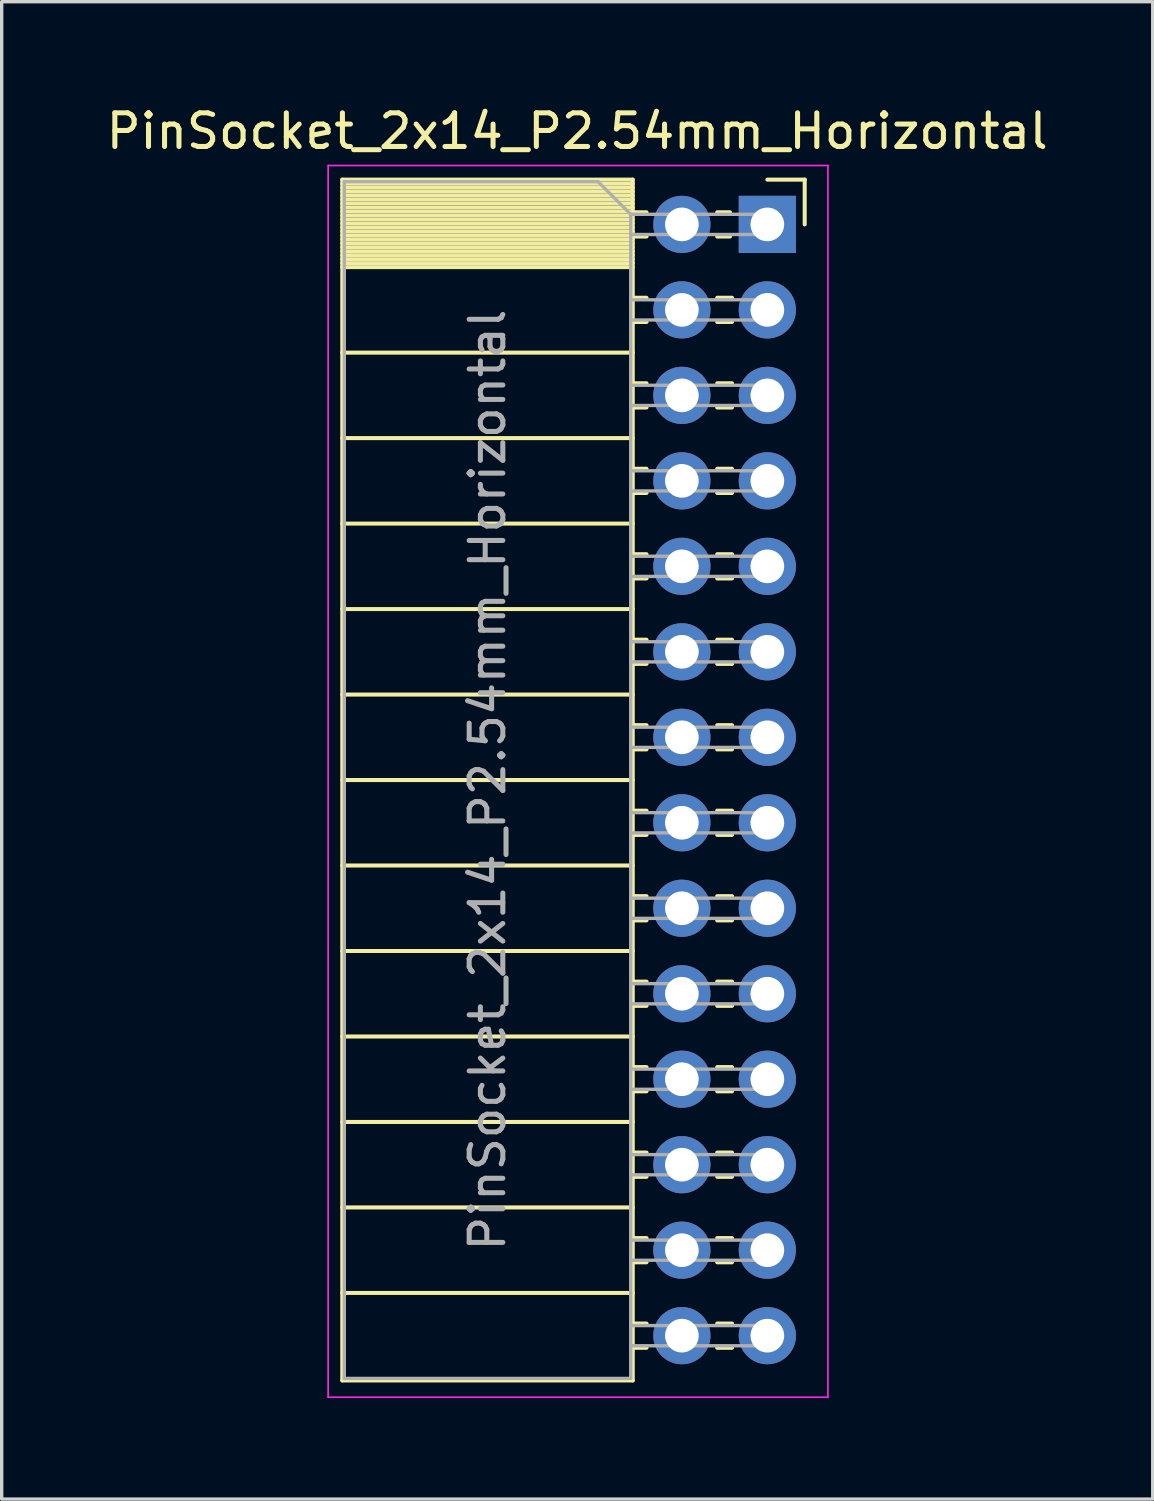
<source format=kicad_pcb>
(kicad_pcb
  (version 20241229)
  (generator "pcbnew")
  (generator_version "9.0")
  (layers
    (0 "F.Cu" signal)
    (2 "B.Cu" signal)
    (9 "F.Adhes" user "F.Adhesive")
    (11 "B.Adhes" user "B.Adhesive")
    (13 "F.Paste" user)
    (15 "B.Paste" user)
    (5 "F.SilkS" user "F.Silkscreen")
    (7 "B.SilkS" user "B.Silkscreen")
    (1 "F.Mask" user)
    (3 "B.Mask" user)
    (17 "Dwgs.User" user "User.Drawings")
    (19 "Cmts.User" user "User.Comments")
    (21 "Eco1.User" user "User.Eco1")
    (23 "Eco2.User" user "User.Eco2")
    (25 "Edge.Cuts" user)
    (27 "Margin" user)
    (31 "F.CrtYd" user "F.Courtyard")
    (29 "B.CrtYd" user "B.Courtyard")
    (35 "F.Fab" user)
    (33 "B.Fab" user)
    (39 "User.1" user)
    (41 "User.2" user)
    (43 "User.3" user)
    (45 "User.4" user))
  (footprint "PinSocket_2x14_P2.54mm_Horizontal"
    (layer "F.Cu")
    (at 19.751 3.618)
    (property "Reference" "PinSocket_2x14_P2.54mm_Horizontal" (at -5.65 -2.77 0) (layer "F.SilkS") (effects (font (size 1 1) (thickness 0.15))))
    (attr through_hole)
    (fp_line (start -12.63 -1.33) (end -12.63 34.35) (stroke (width 0.12) (type solid)) (layer "F.SilkS"))
    (fp_line (start -12.63 -1.33) (end -4 -1.33) (stroke (width 0.12) (type solid)) (layer "F.SilkS"))
    (fp_line (start -12.63 -1.21) (end -4 -1.21) (stroke (width 0.12) (type solid)) (layer "F.SilkS"))
    (fp_line (start -12.63 -1.092) (end -4 -1.092) (stroke (width 0.12) (type solid)) (layer "F.SilkS"))
    (fp_line (start -12.63 -0.974) (end -4 -0.974) (stroke (width 0.12) (type solid)) (layer "F.SilkS"))
    (fp_line (start -12.63 -0.856) (end -4 -0.856) (stroke (width 0.12) (type solid)) (layer "F.SilkS"))
    (fp_line (start -12.63 -0.738) (end -4 -0.738) (stroke (width 0.12) (type solid)) (layer "F.SilkS"))
    (fp_line (start -12.63 -0.62) (end -4 -0.62) (stroke (width 0.12) (type solid)) (layer "F.SilkS"))
    (fp_line (start -12.63 -0.501) (end -4 -0.501) (stroke (width 0.12) (type solid)) (layer "F.SilkS"))
    (fp_line (start -12.63 -0.383) (end -4 -0.383) (stroke (width 0.12) (type solid)) (layer "F.SilkS"))
    (fp_line (start -12.63 -0.265) (end -4 -0.265) (stroke (width 0.12) (type solid)) (layer "F.SilkS"))
    (fp_line (start -12.63 -0.147) (end -4 -0.147) (stroke (width 0.12) (type solid)) (layer "F.SilkS"))
    (fp_line (start -12.63 -0.029) (end -4 -0.029) (stroke (width 0.12) (type solid)) (layer "F.SilkS"))
    (fp_line (start -12.63 0.089) (end -4 0.089) (stroke (width 0.12) (type solid)) (layer "F.SilkS"))
    (fp_line (start -12.63 0.207) (end -4 0.207) (stroke (width 0.12) (type solid)) (layer "F.SilkS"))
    (fp_line (start -12.63 0.325) (end -4 0.325) (stroke (width 0.12) (type solid)) (layer "F.SilkS"))
    (fp_line (start -12.63 0.443) (end -4 0.443) (stroke (width 0.12) (type solid)) (layer "F.SilkS"))
    (fp_line (start -12.63 0.561) (end -4 0.561) (stroke (width 0.12) (type solid)) (layer "F.SilkS"))
    (fp_line (start -12.63 0.68) (end -4 0.68) (stroke (width 0.12) (type solid)) (layer "F.SilkS"))
    (fp_line (start -12.63 0.798) (end -4 0.798) (stroke (width 0.12) (type solid)) (layer "F.SilkS"))
    (fp_line (start -12.63 0.916) (end -4 0.916) (stroke (width 0.12) (type solid)) (layer "F.SilkS"))
    (fp_line (start -12.63 1.034) (end -4 1.034) (stroke (width 0.12) (type solid)) (layer "F.SilkS"))
    (fp_line (start -12.63 1.152) (end -4 1.152) (stroke (width 0.12) (type solid)) (layer "F.SilkS"))
    (fp_line (start -12.63 1.27) (end -4 1.27) (stroke (width 0.12) (type solid)) (layer "F.SilkS"))
    (fp_line (start -12.63 3.81) (end -4 3.81) (stroke (width 0.12) (type solid)) (layer "F.SilkS"))
    (fp_line (start -12.63 6.35) (end -4 6.35) (stroke (width 0.12) (type solid)) (layer "F.SilkS"))
    (fp_line (start -12.63 8.89) (end -4 8.89) (stroke (width 0.12) (type solid)) (layer "F.SilkS"))
    (fp_line (start -12.63 11.43) (end -4 11.43) (stroke (width 0.12) (type solid)) (layer "F.SilkS"))
    (fp_line (start -12.63 13.97) (end -4 13.97) (stroke (width 0.12) (type solid)) (layer "F.SilkS"))
    (fp_line (start -12.63 16.51) (end -4 16.51) (stroke (width 0.12) (type solid)) (layer "F.SilkS"))
    (fp_line (start -12.63 19.05) (end -4 19.05) (stroke (width 0.12) (type solid)) (layer "F.SilkS"))
    (fp_line (start -12.63 21.59) (end -4 21.59) (stroke (width 0.12) (type solid)) (layer "F.SilkS"))
    (fp_line (start -12.63 24.13) (end -4 24.13) (stroke (width 0.12) (type solid)) (layer "F.SilkS"))
    (fp_line (start -12.63 26.67) (end -4 26.67) (stroke (width 0.12) (type solid)) (layer "F.SilkS"))
    (fp_line (start -12.63 29.21) (end -4 29.21) (stroke (width 0.12) (type solid)) (layer "F.SilkS"))
    (fp_line (start -12.63 31.75) (end -4 31.75) (stroke (width 0.12) (type solid)) (layer "F.SilkS"))
    (fp_line (start -12.63 34.35) (end -4 34.35) (stroke (width 0.12) (type solid)) (layer "F.SilkS"))
    (fp_line (start -4 -1.33) (end -4 34.35) (stroke (width 0.12) (type solid)) (layer "F.SilkS"))
    (fp_line (start -4 -0.36) (end -3.59 -0.36) (stroke (width 0.12) (type solid)) (layer "F.SilkS"))
    (fp_line (start -4 0.36) (end -3.59 0.36) (stroke (width 0.12) (type solid)) (layer "F.SilkS"))
    (fp_line (start -4 2.18) (end -3.59 2.18) (stroke (width 0.12) (type solid)) (layer "F.SilkS"))
    (fp_line (start -4 2.9) (end -3.59 2.9) (stroke (width 0.12) (type solid)) (layer "F.SilkS"))
    (fp_line (start -4 4.72) (end -3.59 4.72) (stroke (width 0.12) (type solid)) (layer "F.SilkS"))
    (fp_line (start -4 5.44) (end -3.59 5.44) (stroke (width 0.12) (type solid)) (layer "F.SilkS"))
    (fp_line (start -4 7.26) (end -3.59 7.26) (stroke (width 0.12) (type solid)) (layer "F.SilkS"))
    (fp_line (start -4 7.98) (end -3.59 7.98) (stroke (width 0.12) (type solid)) (layer "F.SilkS"))
    (fp_line (start -4 9.8) (end -3.59 9.8) (stroke (width 0.12) (type solid)) (layer "F.SilkS"))
    (fp_line (start -4 10.52) (end -3.59 10.52) (stroke (width 0.12) (type solid)) (layer "F.SilkS"))
    (fp_line (start -4 12.34) (end -3.59 12.34) (stroke (width 0.12) (type solid)) (layer "F.SilkS"))
    (fp_line (start -4 13.06) (end -3.59 13.06) (stroke (width 0.12) (type solid)) (layer "F.SilkS"))
    (fp_line (start -4 14.88) (end -3.59 14.88) (stroke (width 0.12) (type solid)) (layer "F.SilkS"))
    (fp_line (start -4 15.6) (end -3.59 15.6) (stroke (width 0.12) (type solid)) (layer "F.SilkS"))
    (fp_line (start -4 17.42) (end -3.59 17.42) (stroke (width 0.12) (type solid)) (layer "F.SilkS"))
    (fp_line (start -4 18.14) (end -3.59 18.14) (stroke (width 0.12) (type solid)) (layer "F.SilkS"))
    (fp_line (start -4 19.96) (end -3.59 19.96) (stroke (width 0.12) (type solid)) (layer "F.SilkS"))
    (fp_line (start -4 20.68) (end -3.59 20.68) (stroke (width 0.12) (type solid)) (layer "F.SilkS"))
    (fp_line (start -4 22.5) (end -3.59 22.5) (stroke (width 0.12) (type solid)) (layer "F.SilkS"))
    (fp_line (start -4 23.22) (end -3.59 23.22) (stroke (width 0.12) (type solid)) (layer "F.SilkS"))
    (fp_line (start -4 25.04) (end -3.59 25.04) (stroke (width 0.12) (type solid)) (layer "F.SilkS"))
    (fp_line (start -4 25.76) (end -3.59 25.76) (stroke (width 0.12) (type solid)) (layer "F.SilkS"))
    (fp_line (start -4 27.58) (end -3.59 27.58) (stroke (width 0.12) (type solid)) (layer "F.SilkS"))
    (fp_line (start -4 28.3) (end -3.59 28.3) (stroke (width 0.12) (type solid)) (layer "F.SilkS"))
    (fp_line (start -4 30.12) (end -3.59 30.12) (stroke (width 0.12) (type solid)) (layer "F.SilkS"))
    (fp_line (start -4 30.84) (end -3.59 30.84) (stroke (width 0.12) (type solid)) (layer "F.SilkS"))
    (fp_line (start -4 32.66) (end -3.59 32.66) (stroke (width 0.12) (type solid)) (layer "F.SilkS"))
    (fp_line (start -4 33.38) (end -3.59 33.38) (stroke (width 0.12) (type solid)) (layer "F.SilkS"))
    (fp_line (start -1.49 -0.36) (end -1.11 -0.36) (stroke (width 0.12) (type solid)) (layer "F.SilkS"))
    (fp_line (start -1.49 0.36) (end -1.11 0.36) (stroke (width 0.12) (type solid)) (layer "F.SilkS"))
    (fp_line (start -1.49 2.18) (end -1.05 2.18) (stroke (width 0.12) (type solid)) (layer "F.SilkS"))
    (fp_line (start -1.49 2.9) (end -1.05 2.9) (stroke (width 0.12) (type solid)) (layer "F.SilkS"))
    (fp_line (start -1.49 4.72) (end -1.05 4.72) (stroke (width 0.12) (type solid)) (layer "F.SilkS"))
    (fp_line (start -1.49 5.44) (end -1.05 5.44) (stroke (width 0.12) (type solid)) (layer "F.SilkS"))
    (fp_line (start -1.49 7.26) (end -1.05 7.26) (stroke (width 0.12) (type solid)) (layer "F.SilkS"))
    (fp_line (start -1.49 7.98) (end -1.05 7.98) (stroke (width 0.12) (type solid)) (layer "F.SilkS"))
    (fp_line (start -1.49 9.8) (end -1.05 9.8) (stroke (width 0.12) (type solid)) (layer "F.SilkS"))
    (fp_line (start -1.49 10.52) (end -1.05 10.52) (stroke (width 0.12) (type solid)) (layer "F.SilkS"))
    (fp_line (start -1.49 12.34) (end -1.05 12.34) (stroke (width 0.12) (type solid)) (layer "F.SilkS"))
    (fp_line (start -1.49 13.06) (end -1.05 13.06) (stroke (width 0.12) (type solid)) (layer "F.SilkS"))
    (fp_line (start -1.49 14.88) (end -1.05 14.88) (stroke (width 0.12) (type solid)) (layer "F.SilkS"))
    (fp_line (start -1.49 15.6) (end -1.05 15.6) (stroke (width 0.12) (type solid)) (layer "F.SilkS"))
    (fp_line (start -1.49 17.42) (end -1.05 17.42) (stroke (width 0.12) (type solid)) (layer "F.SilkS"))
    (fp_line (start -1.49 18.14) (end -1.05 18.14) (stroke (width 0.12) (type solid)) (layer "F.SilkS"))
    (fp_line (start -1.49 19.96) (end -1.05 19.96) (stroke (width 0.12) (type solid)) (layer "F.SilkS"))
    (fp_line (start -1.49 20.68) (end -1.05 20.68) (stroke (width 0.12) (type solid)) (layer "F.SilkS"))
    (fp_line (start -1.49 22.5) (end -1.05 22.5) (stroke (width 0.12) (type solid)) (layer "F.SilkS"))
    (fp_line (start -1.49 23.22) (end -1.05 23.22) (stroke (width 0.12) (type solid)) (layer "F.SilkS"))
    (fp_line (start -1.49 25.04) (end -1.05 25.04) (stroke (width 0.12) (type solid)) (layer "F.SilkS"))
    (fp_line (start -1.49 25.76) (end -1.05 25.76) (stroke (width 0.12) (type solid)) (layer "F.SilkS"))
    (fp_line (start -1.49 27.58) (end -1.05 27.58) (stroke (width 0.12) (type solid)) (layer "F.SilkS"))
    (fp_line (start -1.49 28.3) (end -1.05 28.3) (stroke (width 0.12) (type solid)) (layer "F.SilkS"))
    (fp_line (start -1.49 30.12) (end -1.05 30.12) (stroke (width 0.12) (type solid)) (layer "F.SilkS"))
    (fp_line (start -1.49 30.84) (end -1.05 30.84) (stroke (width 0.12) (type solid)) (layer "F.SilkS"))
    (fp_line (start -1.49 32.66) (end -1.05 32.66) (stroke (width 0.12) (type solid)) (layer "F.SilkS"))
    (fp_line (start -1.49 33.38) (end -1.05 33.38) (stroke (width 0.12) (type solid)) (layer "F.SilkS"))
    (fp_line (start 0 -1.33) (end 1.11 -1.33) (stroke (width 0.12) (type solid)) (layer "F.SilkS"))
    (fp_line (start 1.11 -1.33) (end 1.11 0) (stroke (width 0.12) (type solid)) (layer "F.SilkS"))
    (fp_line (start -13.05 -1.75) (end -13.05 34.85) (stroke (width 0.05) (type solid)) (layer "F.CrtYd"))
    (fp_line (start -13.05 34.85) (end 1.8 34.85) (stroke (width 0.05) (type solid)) (layer "F.CrtYd"))
    (fp_line (start 1.8 -1.75) (end -13.05 -1.75) (stroke (width 0.05) (type solid)) (layer "F.CrtYd"))
    (fp_line (start 1.8 34.85) (end 1.8 -1.75) (stroke (width 0.05) (type solid)) (layer "F.CrtYd"))
    (fp_line (start -12.57 -1.27) (end -5.03 -1.27) (stroke (width 0.1) (type solid)) (layer "F.Fab"))
    (fp_line (start -12.57 34.29) (end -12.57 -1.27) (stroke (width 0.1) (type solid)) (layer "F.Fab"))
    (fp_line (start -5.03 -1.27) (end -4.06 -0.3) (stroke (width 0.1) (type solid)) (layer "F.Fab"))
    (fp_line (start -4.06 -0.3) (end -4.06 34.29) (stroke (width 0.1) (type solid)) (layer "F.Fab"))
    (fp_line (start -4.06 0.3) (end 0 0.3) (stroke (width 0.1) (type solid)) (layer "F.Fab"))
    (fp_line (start -4.06 2.84) (end 0 2.84) (stroke (width 0.1) (type solid)) (layer "F.Fab"))
    (fp_line (start -4.06 5.38) (end 0 5.38) (stroke (width 0.1) (type solid)) (layer "F.Fab"))
    (fp_line (start -4.06 7.92) (end 0 7.92) (stroke (width 0.1) (type solid)) (layer "F.Fab"))
    (fp_line (start -4.06 10.46) (end 0 10.46) (stroke (width 0.1) (type solid)) (layer "F.Fab"))
    (fp_line (start -4.06 13) (end 0 13) (stroke (width 0.1) (type solid)) (layer "F.Fab"))
    (fp_line (start -4.06 15.54) (end 0 15.54) (stroke (width 0.1) (type solid)) (layer "F.Fab"))
    (fp_line (start -4.06 18.08) (end 0 18.08) (stroke (width 0.1) (type solid)) (layer "F.Fab"))
    (fp_line (start -4.06 20.62) (end 0 20.62) (stroke (width 0.1) (type solid)) (layer "F.Fab"))
    (fp_line (start -4.06 23.16) (end 0 23.16) (stroke (width 0.1) (type solid)) (layer "F.Fab"))
    (fp_line (start -4.06 25.7) (end 0 25.7) (stroke (width 0.1) (type solid)) (layer "F.Fab"))
    (fp_line (start -4.06 28.24) (end 0 28.24) (stroke (width 0.1) (type solid)) (layer "F.Fab"))
    (fp_line (start -4.06 30.78) (end 0 30.78) (stroke (width 0.1) (type solid)) (layer "F.Fab"))
    (fp_line (start -4.06 33.32) (end 0 33.32) (stroke (width 0.1) (type solid)) (layer "F.Fab"))
    (fp_line (start -4.06 34.29) (end -12.57 34.29) (stroke (width 0.1) (type solid)) (layer "F.Fab"))
    (fp_line (start 0 -0.3) (end -4.06 -0.3) (stroke (width 0.1) (type solid)) (layer "F.Fab"))
    (fp_line (start 0 0.3) (end 0 -0.3) (stroke (width 0.1) (type solid)) (layer "F.Fab"))
    (fp_line (start 0 2.24) (end -4.06 2.24) (stroke (width 0.1) (type solid)) (layer "F.Fab"))
    (fp_line (start 0 2.84) (end 0 2.24) (stroke (width 0.1) (type solid)) (layer "F.Fab"))
    (fp_line (start 0 4.78) (end -4.06 4.78) (stroke (width 0.1) (type solid)) (layer "F.Fab"))
    (fp_line (start 0 5.38) (end 0 4.78) (stroke (width 0.1) (type solid)) (layer "F.Fab"))
    (fp_line (start 0 7.32) (end -4.06 7.32) (stroke (width 0.1) (type solid)) (layer "F.Fab"))
    (fp_line (start 0 7.92) (end 0 7.32) (stroke (width 0.1) (type solid)) (layer "F.Fab"))
    (fp_line (start 0 9.86) (end -4.06 9.86) (stroke (width 0.1) (type solid)) (layer "F.Fab"))
    (fp_line (start 0 10.46) (end 0 9.86) (stroke (width 0.1) (type solid)) (layer "F.Fab"))
    (fp_line (start 0 12.4) (end -4.06 12.4) (stroke (width 0.1) (type solid)) (layer "F.Fab"))
    (fp_line (start 0 13) (end 0 12.4) (stroke (width 0.1) (type solid)) (layer "F.Fab"))
    (fp_line (start 0 14.94) (end -4.06 14.94) (stroke (width 0.1) (type solid)) (layer "F.Fab"))
    (fp_line (start 0 15.54) (end 0 14.94) (stroke (width 0.1) (type solid)) (layer "F.Fab"))
    (fp_line (start 0 17.48) (end -4.06 17.48) (stroke (width 0.1) (type solid)) (layer "F.Fab"))
    (fp_line (start 0 18.08) (end 0 17.48) (stroke (width 0.1) (type solid)) (layer "F.Fab"))
    (fp_line (start 0 20.02) (end -4.06 20.02) (stroke (width 0.1) (type solid)) (layer "F.Fab"))
    (fp_line (start 0 20.62) (end 0 20.02) (stroke (width 0.1) (type solid)) (layer "F.Fab"))
    (fp_line (start 0 22.56) (end -4.06 22.56) (stroke (width 0.1) (type solid)) (layer "F.Fab"))
    (fp_line (start 0 23.16) (end 0 22.56) (stroke (width 0.1) (type solid)) (layer "F.Fab"))
    (fp_line (start 0 25.1) (end -4.06 25.1) (stroke (width 0.1) (type solid)) (layer "F.Fab"))
    (fp_line (start 0 25.7) (end 0 25.1) (stroke (width 0.1) (type solid)) (layer "F.Fab"))
    (fp_line (start 0 27.64) (end -4.06 27.64) (stroke (width 0.1) (type solid)) (layer "F.Fab"))
    (fp_line (start 0 28.24) (end 0 27.64) (stroke (width 0.1) (type solid)) (layer "F.Fab"))
    (fp_line (start 0 30.18) (end -4.06 30.18) (stroke (width 0.1) (type solid)) (layer "F.Fab"))
    (fp_line (start 0 30.78) (end 0 30.18) (stroke (width 0.1) (type solid)) (layer "F.Fab"))
    (fp_line (start 0 32.72) (end -4.06 32.72) (stroke (width 0.1) (type solid)) (layer "F.Fab"))
    (fp_line (start 0 33.32) (end 0 32.72) (stroke (width 0.1) (type solid)) (layer "F.Fab"))
    (fp_text user "${REFERENCE}" (at -8.315 16.51 90) (layer "F.Fab") (effects (font (size 1 1) (thickness 0.15))))
    (pad "1" thru_hole rect (at 0 0) (size 1.7 1.7) (drill 1) (layers "*.Cu" "*.Mask"))
    (pad "2" thru_hole oval (at -2.54 0) (size 1.7 1.7) (drill 1) (layers "*.Cu" "*.Mask"))
    (pad "3" thru_hole oval (at 0 2.54) (size 1.7 1.7) (drill 1) (layers "*.Cu" "*.Mask"))
    (pad "4" thru_hole oval (at -2.54 2.54) (size 1.7 1.7) (drill 1) (layers "*.Cu" "*.Mask"))
    (pad "5" thru_hole oval (at 0 5.08) (size 1.7 1.7) (drill 1) (layers "*.Cu" "*.Mask"))
    (pad "6" thru_hole oval (at -2.54 5.08) (size 1.7 1.7) (drill 1) (layers "*.Cu" "*.Mask"))
    (pad "7" thru_hole oval (at 0 7.62) (size 1.7 1.7) (drill 1) (layers "*.Cu" "*.Mask"))
    (pad "8" thru_hole oval (at -2.54 7.62) (size 1.7 1.7) (drill 1) (layers "*.Cu" "*.Mask"))
    (pad "9" thru_hole oval (at 0 10.16) (size 1.7 1.7) (drill 1) (layers "*.Cu" "*.Mask"))
    (pad "10" thru_hole oval (at -2.54 10.16) (size 1.7 1.7) (drill 1) (layers "*.Cu" "*.Mask"))
    (pad "11" thru_hole oval (at 0 12.7) (size 1.7 1.7) (drill 1) (layers "*.Cu" "*.Mask"))
    (pad "12" thru_hole oval (at -2.54 12.7) (size 1.7 1.7) (drill 1) (layers "*.Cu" "*.Mask"))
    (pad "13" thru_hole oval (at 0 15.24) (size 1.7 1.7) (drill 1) (layers "*.Cu" "*.Mask"))
    (pad "14" thru_hole oval (at -2.54 15.24) (size 1.7 1.7) (drill 1) (layers "*.Cu" "*.Mask"))
    (pad "15" thru_hole oval (at 0 17.78) (size 1.7 1.7) (drill 1) (layers "*.Cu" "*.Mask"))
    (pad "16" thru_hole oval (at -2.54 17.78) (size 1.7 1.7) (drill 1) (layers "*.Cu" "*.Mask"))
    (pad "17" thru_hole oval (at 0 20.32) (size 1.7 1.7) (drill 1) (layers "*.Cu" "*.Mask"))
    (pad "18" thru_hole oval (at -2.54 20.32) (size 1.7 1.7) (drill 1) (layers "*.Cu" "*.Mask"))
    (pad "19" thru_hole oval (at 0 22.86) (size 1.7 1.7) (drill 1) (layers "*.Cu" "*.Mask"))
    (pad "20" thru_hole oval (at -2.54 22.86) (size 1.7 1.7) (drill 1) (layers "*.Cu" "*.Mask"))
    (pad "21" thru_hole oval (at 0 25.4) (size 1.7 1.7) (drill 1) (layers "*.Cu" "*.Mask"))
    (pad "22" thru_hole oval (at -2.54 25.4) (size 1.7 1.7) (drill 1) (layers "*.Cu" "*.Mask"))
    (pad "23" thru_hole oval (at 0 27.94) (size 1.7 1.7) (drill 1) (layers "*.Cu" "*.Mask"))
    (pad "24" thru_hole oval (at -2.54 27.94) (size 1.7 1.7) (drill 1) (layers "*.Cu" "*.Mask"))
    (pad "25" thru_hole oval (at 0 30.48) (size 1.7 1.7) (drill 1) (layers "*.Cu" "*.Mask"))
    (pad "26" thru_hole oval (at -2.54 30.48) (size 1.7 1.7) (drill 1) (layers "*.Cu" "*.Mask"))
    (pad "27" thru_hole oval (at 0 33.02) (size 1.7 1.7) (drill 1) (layers "*.Cu" "*.Mask"))
    (pad "28" thru_hole oval (at -2.54 33.02) (size 1.7 1.7) (drill 1) (layers "*.Cu" "*.Mask")))
  (gr_rect
    (start -3 -3)
    (end 31.202 41.493)
    (stroke (width 0.1) (type default))
    (fill no)
    (layer "Edge.Cuts")))
</source>
